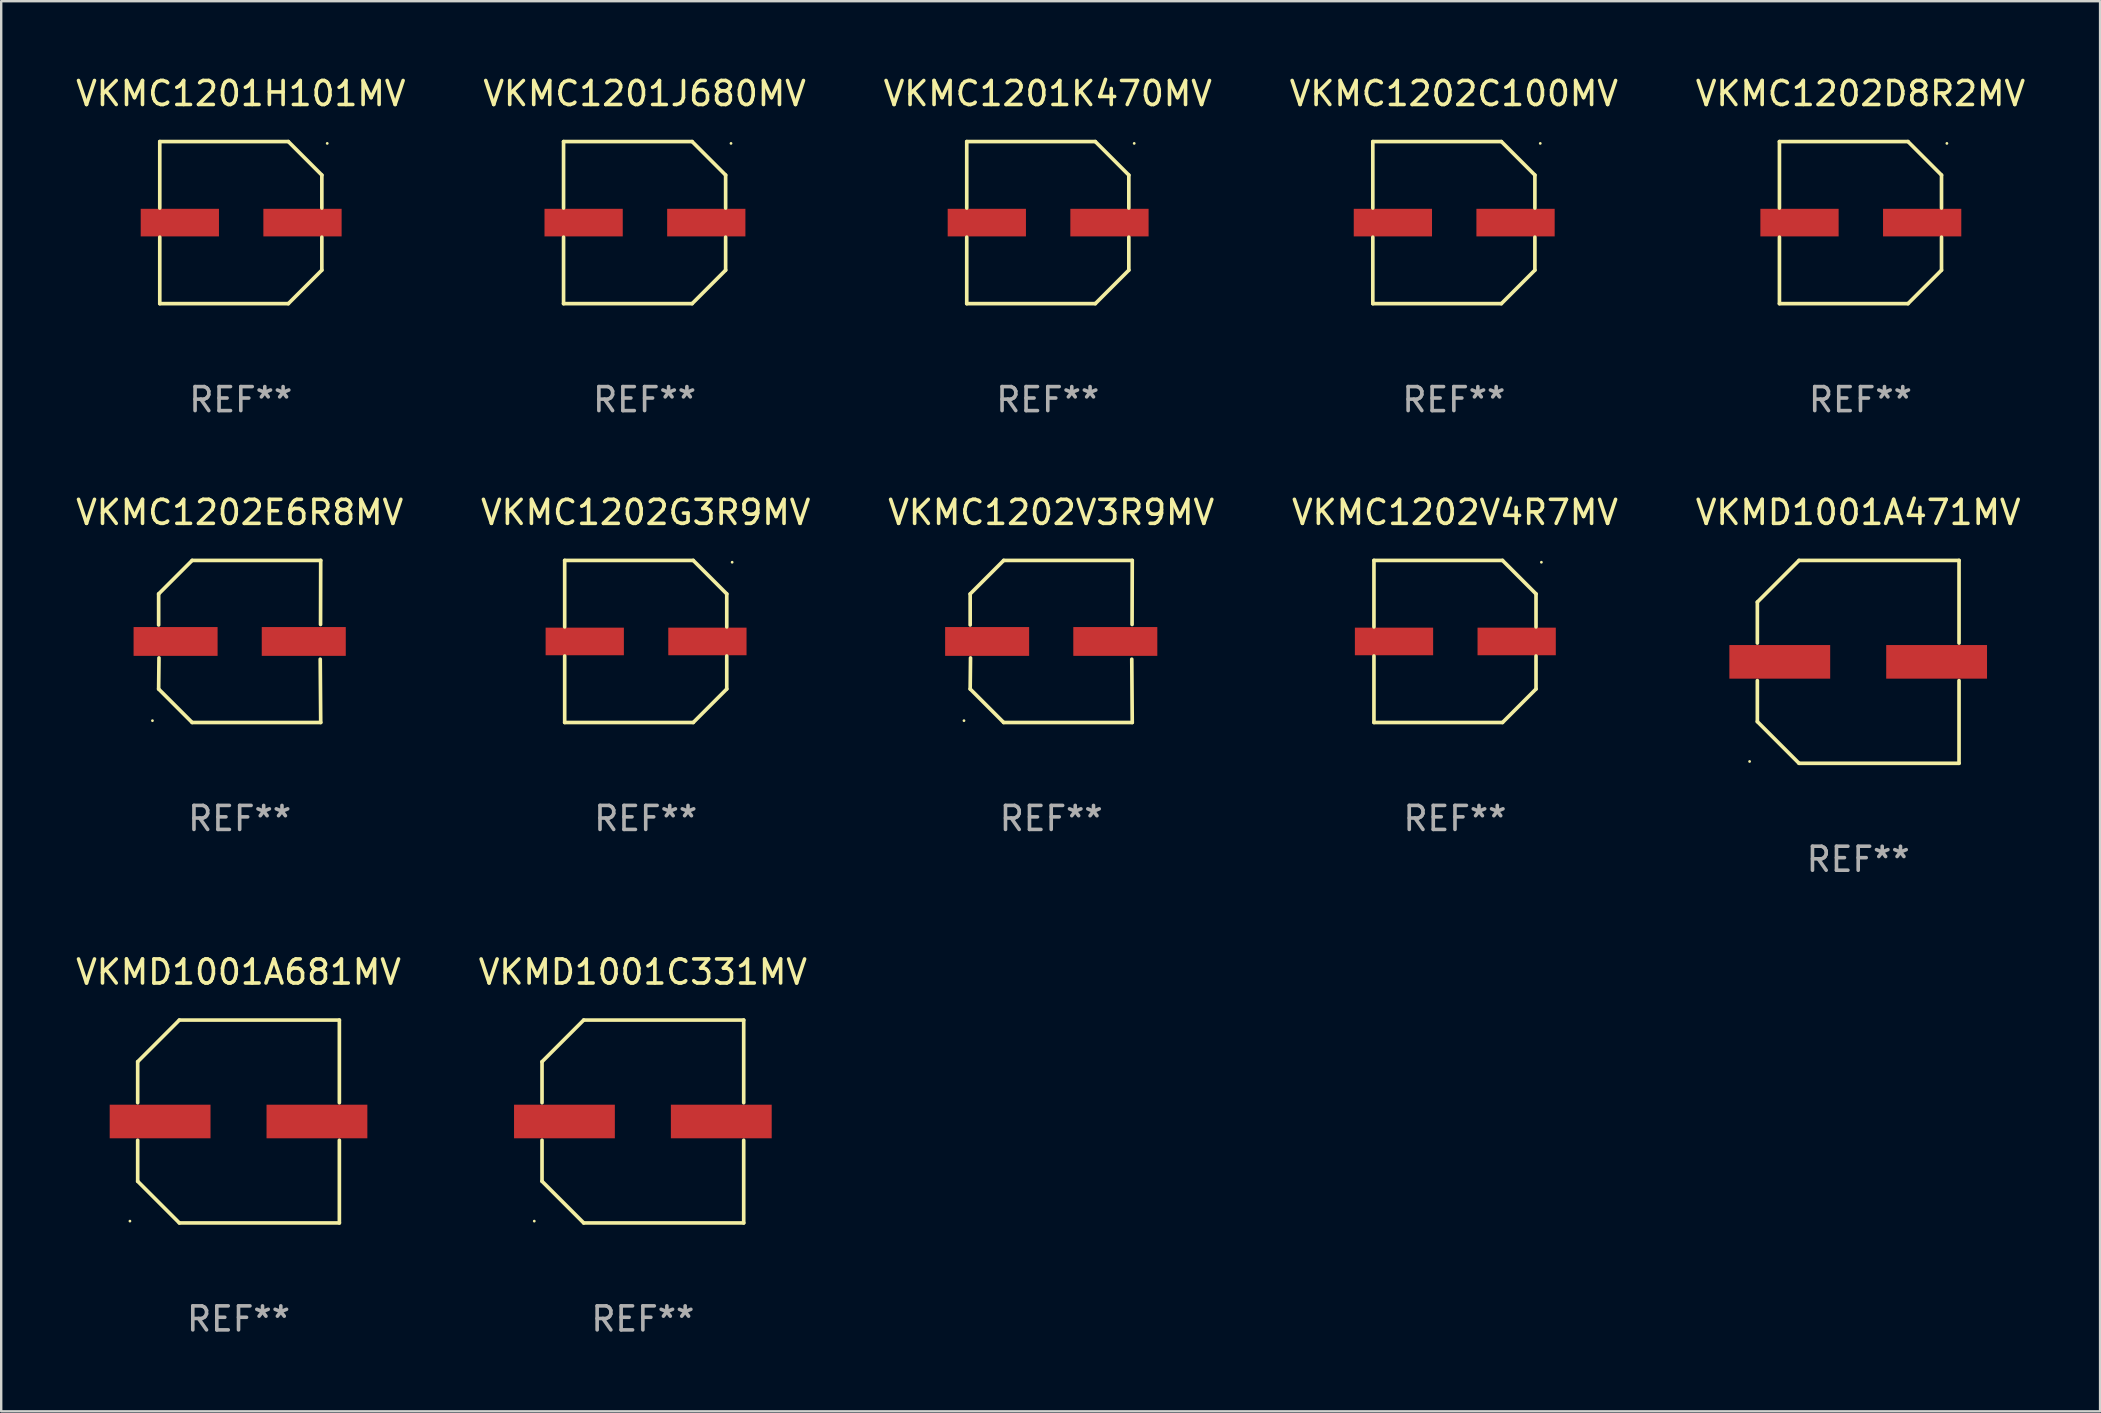
<source format=kicad_pcb>
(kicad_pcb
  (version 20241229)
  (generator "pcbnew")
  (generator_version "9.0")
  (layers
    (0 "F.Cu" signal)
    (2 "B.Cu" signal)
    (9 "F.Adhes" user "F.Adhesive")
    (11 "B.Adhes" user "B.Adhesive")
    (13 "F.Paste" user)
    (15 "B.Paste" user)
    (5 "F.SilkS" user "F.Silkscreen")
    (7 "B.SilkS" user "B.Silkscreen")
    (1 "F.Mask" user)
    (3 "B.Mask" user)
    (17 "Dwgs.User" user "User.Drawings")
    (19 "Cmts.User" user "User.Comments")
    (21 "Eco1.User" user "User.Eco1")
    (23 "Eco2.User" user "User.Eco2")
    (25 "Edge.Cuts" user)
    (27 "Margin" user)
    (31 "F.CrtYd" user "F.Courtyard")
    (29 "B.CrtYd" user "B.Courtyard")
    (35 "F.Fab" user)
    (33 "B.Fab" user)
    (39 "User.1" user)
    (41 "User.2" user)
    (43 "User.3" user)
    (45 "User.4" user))
  (footprint "VKMC1202D8R2MV"
    (layer "F.Cu")
    (at 74.458 6.224)
    (property "Reference" "VKMC1202D8R2MV" (at 0 -5.376 0) (layer "F.SilkS") (effects (font (size 1 1) (thickness 0.15))))
    (attr through_hole)
    (fp_line (start -3.376 -3.376) (end 1.98 -3.376) (stroke (width 0.152) (type solid)) (layer "F.SilkS"))
    (fp_line (start -3.376 -0.607) (end -3.376 -3.376) (stroke (width 0.152) (type solid)) (layer "F.SilkS"))
    (fp_line (start -3.376 0.607) (end -3.376 3.376) (stroke (width 0.152) (type solid)) (layer "F.SilkS"))
    (fp_line (start -3.376 3.376) (end 1.98 3.376) (stroke (width 0.152) (type solid)) (layer "F.SilkS"))
    (fp_line (start 1.98 -3.376) (end 3.376 -1.98) (stroke (width 0.152) (type solid)) (layer "F.SilkS"))
    (fp_line (start 1.98 3.376) (end 3.376 1.98) (stroke (width 0.152) (type solid)) (layer "F.SilkS"))
    (fp_line (start 3.376 -1.98) (end 3.376 -0.607) (stroke (width 0.152) (type solid)) (layer "F.SilkS"))
    (fp_line (start 3.376 1.98) (end 3.376 0.607) (stroke (width 0.152) (type solid)) (layer "F.SilkS"))
    (fp_circle (center 3.6 -3.3) (end 3.63 -3.3) (stroke (width 0.06) (type solid)) (fill no) (layer "F.SilkS"))
    (fp_text user "REF**" (at 0 7.376 0) (layer "F.Fab") (effects (font (size 1 1) (thickness 0.15))))
    (pad "1" smd rect (at 2.57 0 180) (size 3.26 1.15) (layers "F.Cu" "F.Mask" "F.Paste"))
    (pad "2" smd rect (at -2.54 0 180) (size 3.26 1.15) (layers "F.Cu" "F.Mask" "F.Paste")))
  (footprint "VKMC1201H101MV"
    (layer "F.Cu")
    (at 6.982 6.224)
    (property "Reference" "VKMC1201H101MV" (at 0 -5.376 0) (layer "F.SilkS") (effects (font (size 1 1) (thickness 0.15))))
    (attr through_hole)
    (fp_line (start -3.376 -3.376) (end 1.98 -3.376) (stroke (width 0.152) (type solid)) (layer "F.SilkS"))
    (fp_line (start -3.376 -0.607) (end -3.376 -3.376) (stroke (width 0.152) (type solid)) (layer "F.SilkS"))
    (fp_line (start -3.376 0.607) (end -3.376 3.376) (stroke (width 0.152) (type solid)) (layer "F.SilkS"))
    (fp_line (start -3.376 3.376) (end 1.98 3.376) (stroke (width 0.152) (type solid)) (layer "F.SilkS"))
    (fp_line (start 1.98 -3.376) (end 3.376 -1.98) (stroke (width 0.152) (type solid)) (layer "F.SilkS"))
    (fp_line (start 1.98 3.376) (end 3.376 1.98) (stroke (width 0.152) (type solid)) (layer "F.SilkS"))
    (fp_line (start 3.376 -1.98) (end 3.376 -0.607) (stroke (width 0.152) (type solid)) (layer "F.SilkS"))
    (fp_line (start 3.376 1.98) (end 3.376 0.607) (stroke (width 0.152) (type solid)) (layer "F.SilkS"))
    (fp_circle (center 3.6 -3.3) (end 3.63 -3.3) (stroke (width 0.06) (type solid)) (fill no) (layer "F.SilkS"))
    (fp_text user "REF**" (at 0 7.376 0) (layer "F.Fab") (effects (font (size 1 1) (thickness 0.15))))
    (pad "1" smd rect (at 2.57 0 180) (size 3.26 1.15) (layers "F.Cu" "F.Mask" "F.Paste"))
    (pad "2" smd rect (at -2.54 0 180) (size 3.26 1.15) (layers "F.Cu" "F.Mask" "F.Paste")))
  (footprint "VKMC1202V4R7MV"
    (layer "F.Cu")
    (at 57.565 23.673)
    (property "Reference" "VKMC1202V4R7MV" (at 0 -5.376 0) (layer "F.SilkS") (effects (font (size 1 1) (thickness 0.15))))
    (attr through_hole)
    (fp_line (start -3.376 -3.376) (end 1.98 -3.376) (stroke (width 0.152) (type solid)) (layer "F.SilkS"))
    (fp_line (start -3.376 -0.607) (end -3.376 -3.376) (stroke (width 0.152) (type solid)) (layer "F.SilkS"))
    (fp_line (start -3.376 0.607) (end -3.376 3.376) (stroke (width 0.152) (type solid)) (layer "F.SilkS"))
    (fp_line (start -3.376 3.376) (end 1.98 3.376) (stroke (width 0.152) (type solid)) (layer "F.SilkS"))
    (fp_line (start 1.98 -3.376) (end 3.376 -1.98) (stroke (width 0.152) (type solid)) (layer "F.SilkS"))
    (fp_line (start 1.98 3.376) (end 3.376 1.98) (stroke (width 0.152) (type solid)) (layer "F.SilkS"))
    (fp_line (start 3.376 -1.98) (end 3.376 -0.607) (stroke (width 0.152) (type solid)) (layer "F.SilkS"))
    (fp_line (start 3.376 1.98) (end 3.376 0.607) (stroke (width 0.152) (type solid)) (layer "F.SilkS"))
    (fp_circle (center 3.6 -3.3) (end 3.63 -3.3) (stroke (width 0.06) (type solid)) (fill no) (layer "F.SilkS"))
    (fp_text user "REF**" (at 0 7.376 0) (layer "F.Fab") (effects (font (size 1 1) (thickness 0.15))))
    (pad "1" smd rect (at 2.57 0 180) (size 3.26 1.15) (layers "F.Cu" "F.Mask" "F.Paste"))
    (pad "2" smd rect (at -2.54 0 180) (size 3.26 1.15) (layers "F.Cu" "F.Mask" "F.Paste")))
  (footprint "VKMC1201K470MV"
    (layer "F.Cu")
    (at 40.601 6.224)
    (property "Reference" "VKMC1201K470MV" (at 0 -5.376 0) (layer "F.SilkS") (effects (font (size 1 1) (thickness 0.15))))
    (attr through_hole)
    (fp_line (start -3.376 -3.376) (end 1.98 -3.376) (stroke (width 0.152) (type solid)) (layer "F.SilkS"))
    (fp_line (start -3.376 -0.607) (end -3.376 -3.376) (stroke (width 0.152) (type solid)) (layer "F.SilkS"))
    (fp_line (start -3.376 0.607) (end -3.376 3.376) (stroke (width 0.152) (type solid)) (layer "F.SilkS"))
    (fp_line (start -3.376 3.376) (end 1.98 3.376) (stroke (width 0.152) (type solid)) (layer "F.SilkS"))
    (fp_line (start 1.98 -3.376) (end 3.376 -1.98) (stroke (width 0.152) (type solid)) (layer "F.SilkS"))
    (fp_line (start 1.98 3.376) (end 3.376 1.98) (stroke (width 0.152) (type solid)) (layer "F.SilkS"))
    (fp_line (start 3.376 -1.98) (end 3.376 -0.607) (stroke (width 0.152) (type solid)) (layer "F.SilkS"))
    (fp_line (start 3.376 1.98) (end 3.376 0.607) (stroke (width 0.152) (type solid)) (layer "F.SilkS"))
    (fp_circle (center 3.6 -3.3) (end 3.63 -3.3) (stroke (width 0.06) (type solid)) (fill no) (layer "F.SilkS"))
    (fp_text user "REF**" (at 0 7.376 0) (layer "F.Fab") (effects (font (size 1 1) (thickness 0.15))))
    (pad "1" smd rect (at 2.57 0 180) (size 3.26 1.15) (layers "F.Cu" "F.Mask" "F.Paste"))
    (pad "2" smd rect (at -2.54 0 180) (size 3.26 1.15) (layers "F.Cu" "F.Mask" "F.Paste")))
  (footprint "VKMC1202V3R9MV"
    (layer "F.Cu")
    (at 40.744 23.673)
    (property "Reference" "VKMC1202V3R9MV" (at 0 -5.376 0) (layer "F.SilkS") (effects (font (size 1 1) (thickness 0.15))))
    (attr through_hole)
    (fp_line (start -3.376 -1.98) (end -3.376 -0.686) (stroke (width 0.152) (type solid)) (layer "F.SilkS"))
    (fp_line (start -3.376 1.981) (end -3.362 0.686) (stroke (width 0.152) (type solid)) (layer "F.SilkS"))
    (fp_line (start -1.981 3.376) (end -3.376 1.981) (stroke (width 0.152) (type solid)) (layer "F.SilkS"))
    (fp_line (start -1.98 -3.376) (end -3.376 -1.98) (stroke (width 0.152) (type solid)) (layer "F.SilkS"))
    (fp_line (start 3.356 0.74) (end 3.376 3.376) (stroke (width 0.152) (type solid)) (layer "F.SilkS"))
    (fp_line (start 3.369 -0.707) (end 3.376 -3.376) (stroke (width 0.152) (type solid)) (layer "F.SilkS"))
    (fp_line (start 3.376 3.376) (end -1.981 3.376) (stroke (width 0.152) (type solid)) (layer "F.SilkS"))
    (fp_line (start 3.376 -3.376) (end -1.98 -3.376) (stroke (width 0.152) (type solid)) (layer "F.SilkS"))
    (fp_circle (center -3.634 3.3) (end -3.604 3.3) (stroke (width 0.06) (type solid)) (fill no) (layer "F.SilkS"))
    (fp_text user "REF**" (at 0 7.376 0) (layer "F.Fab") (effects (font (size 1 1) (thickness 0.15))))
    (pad "1" smd rect (at -2.67 0.000254) (size 3.5 1.2) (layers "F.Cu" "F.Mask" "F.Paste"))
    (pad "2" smd rect (at 2.67 0.000254) (size 3.5 1.2) (layers "F.Cu" "F.Mask" "F.Paste")))
  (footprint "VKMC1202G3R9MV"
    (layer "F.Cu")
    (at 23.851 23.673)
    (property "Reference" "VKMC1202G3R9MV" (at 0 -5.376 0) (layer "F.SilkS") (effects (font (size 1 1) (thickness 0.15))))
    (attr through_hole)
    (fp_line (start -3.376 -3.376) (end 1.98 -3.376) (stroke (width 0.152) (type solid)) (layer "F.SilkS"))
    (fp_line (start -3.376 -0.607) (end -3.376 -3.376) (stroke (width 0.152) (type solid)) (layer "F.SilkS"))
    (fp_line (start -3.376 0.607) (end -3.376 3.376) (stroke (width 0.152) (type solid)) (layer "F.SilkS"))
    (fp_line (start -3.376 3.376) (end 1.98 3.376) (stroke (width 0.152) (type solid)) (layer "F.SilkS"))
    (fp_line (start 1.98 -3.376) (end 3.376 -1.98) (stroke (width 0.152) (type solid)) (layer "F.SilkS"))
    (fp_line (start 1.98 3.376) (end 3.376 1.98) (stroke (width 0.152) (type solid)) (layer "F.SilkS"))
    (fp_line (start 3.376 -1.98) (end 3.376 -0.607) (stroke (width 0.152) (type solid)) (layer "F.SilkS"))
    (fp_line (start 3.376 1.98) (end 3.376 0.607) (stroke (width 0.152) (type solid)) (layer "F.SilkS"))
    (fp_circle (center 3.6 -3.3) (end 3.63 -3.3) (stroke (width 0.06) (type solid)) (fill no) (layer "F.SilkS"))
    (fp_text user "REF**" (at 0 7.376 0) (layer "F.Fab") (effects (font (size 1 1) (thickness 0.15))))
    (pad "1" smd rect (at 2.57 0 180) (size 3.26 1.15) (layers "F.Cu" "F.Mask" "F.Paste"))
    (pad "2" smd rect (at -2.54 0 180) (size 3.26 1.15) (layers "F.Cu" "F.Mask" "F.Paste")))
  (footprint "VKMD1001C331MV"
    (layer "F.Cu")
    (at 23.732 43.672)
    (property "Reference" "VKMD1001C331MV" (at 0 -6.226 0) (layer "F.SilkS") (effects (font (size 1 1) (thickness 0.15))))
    (attr through_hole)
    (fp_line (start -4.201 -2.49) (end -4.201 -0.782) (stroke (width 0.152) (type solid)) (layer "F.SilkS"))
    (fp_line (start -4.201 2.49) (end -4.201 0.782) (stroke (width 0.152) (type solid)) (layer "F.SilkS"))
    (fp_line (start -2.465 -4.226) (end -4.201 -2.49) (stroke (width 0.152) (type solid)) (layer "F.SilkS"))
    (fp_line (start -2.465 4.226) (end -4.201 2.49) (stroke (width 0.152) (type solid)) (layer "F.SilkS"))
    (fp_line (start 4.201 -4.226) (end -2.465 -4.226) (stroke (width 0.152) (type solid)) (layer "F.SilkS"))
    (fp_line (start 4.201 -0.782) (end 4.201 -4.226) (stroke (width 0.152) (type solid)) (layer "F.SilkS"))
    (fp_line (start 4.201 0.782) (end 4.201 4.226) (stroke (width 0.152) (type solid)) (layer "F.SilkS"))
    (fp_line (start 4.201 4.226) (end -2.465 4.226) (stroke (width 0.152) (type solid)) (layer "F.SilkS"))
    (fp_circle (center -4.524 4.15) (end -4.494 4.15) (stroke (width 0.06) (type solid)) (fill no) (layer "F.SilkS"))
    (fp_text user "REF**" (at 0 8.226 0) (layer "F.Fab") (effects (font (size 1 1) (thickness 0.15))))
    (pad "1" smd rect (at -3.267 0) (size 4.2 1.4) (layers "F.Cu" "F.Mask" "F.Paste"))
    (pad "2" smd rect (at 3.267 0) (size 4.2 1.4) (layers "F.Cu" "F.Mask" "F.Paste")))
  (footprint "VKMC1202E6R8MV"
    (layer "F.Cu")
    (at 6.935 23.673)
    (property "Reference" "VKMC1202E6R8MV" (at 0 -5.376 0) (layer "F.SilkS") (effects (font (size 1 1) (thickness 0.15))))
    (attr through_hole)
    (fp_line (start -3.376 -1.98) (end -3.376 -0.686) (stroke (width 0.152) (type solid)) (layer "F.SilkS"))
    (fp_line (start -3.376 1.981) (end -3.362 0.686) (stroke (width 0.152) (type solid)) (layer "F.SilkS"))
    (fp_line (start -1.981 3.376) (end -3.376 1.981) (stroke (width 0.152) (type solid)) (layer "F.SilkS"))
    (fp_line (start -1.98 -3.376) (end -3.376 -1.98) (stroke (width 0.152) (type solid)) (layer "F.SilkS"))
    (fp_line (start 3.356 0.74) (end 3.376 3.376) (stroke (width 0.152) (type solid)) (layer "F.SilkS"))
    (fp_line (start 3.369 -0.707) (end 3.376 -3.376) (stroke (width 0.152) (type solid)) (layer "F.SilkS"))
    (fp_line (start 3.376 3.376) (end -1.981 3.376) (stroke (width 0.152) (type solid)) (layer "F.SilkS"))
    (fp_line (start 3.376 -3.376) (end -1.98 -3.376) (stroke (width 0.152) (type solid)) (layer "F.SilkS"))
    (fp_circle (center -3.634 3.3) (end -3.604 3.3) (stroke (width 0.06) (type solid)) (fill no) (layer "F.SilkS"))
    (fp_text user "REF**" (at 0 7.376 0) (layer "F.Fab") (effects (font (size 1 1) (thickness 0.15))))
    (pad "1" smd rect (at -2.67 0.000254) (size 3.5 1.2) (layers "F.Cu" "F.Mask" "F.Paste"))
    (pad "2" smd rect (at 2.67 0.000254) (size 3.5 1.2) (layers "F.Cu" "F.Mask" "F.Paste")))
  (footprint "VKMD1001A471MV"
    (layer "F.Cu")
    (at 74.363 24.523)
    (property "Reference" "VKMD1001A471MV" (at 0 -6.226 0) (layer "F.SilkS") (effects (font (size 1 1) (thickness 0.15))))
    (attr through_hole)
    (fp_line (start -4.201 -2.49) (end -4.201 -0.782) (stroke (width 0.152) (type solid)) (layer "F.SilkS"))
    (fp_line (start -4.201 2.49) (end -4.201 0.782) (stroke (width 0.152) (type solid)) (layer "F.SilkS"))
    (fp_line (start -2.465 -4.226) (end -4.201 -2.49) (stroke (width 0.152) (type solid)) (layer "F.SilkS"))
    (fp_line (start -2.465 4.226) (end -4.201 2.49) (stroke (width 0.152) (type solid)) (layer "F.SilkS"))
    (fp_line (start 4.201 -4.226) (end -2.465 -4.226) (stroke (width 0.152) (type solid)) (layer "F.SilkS"))
    (fp_line (start 4.201 -0.782) (end 4.201 -4.226) (stroke (width 0.152) (type solid)) (layer "F.SilkS"))
    (fp_line (start 4.201 0.782) (end 4.201 4.226) (stroke (width 0.152) (type solid)) (layer "F.SilkS"))
    (fp_line (start 4.201 4.226) (end -2.465 4.226) (stroke (width 0.152) (type solid)) (layer "F.SilkS"))
    (fp_circle (center -4.524 4.15) (end -4.494 4.15) (stroke (width 0.06) (type solid)) (fill no) (layer "F.SilkS"))
    (fp_text user "REF**" (at 0 8.226 0) (layer "F.Fab") (effects (font (size 1 1) (thickness 0.15))))
    (pad "1" smd rect (at -3.267 0) (size 4.2 1.4) (layers "F.Cu" "F.Mask" "F.Paste"))
    (pad "2" smd rect (at 3.267 0) (size 4.2 1.4) (layers "F.Cu" "F.Mask" "F.Paste")))
  (footprint "VKMC1202C100MV"
    (layer "F.Cu")
    (at 57.518 6.224)
    (property "Reference" "VKMC1202C100MV" (at 0 -5.376 0) (layer "F.SilkS") (effects (font (size 1 1) (thickness 0.15))))
    (attr through_hole)
    (fp_line (start -3.376 -3.376) (end 1.98 -3.376) (stroke (width 0.152) (type solid)) (layer "F.SilkS"))
    (fp_line (start -3.376 -0.607) (end -3.376 -3.376) (stroke (width 0.152) (type solid)) (layer "F.SilkS"))
    (fp_line (start -3.376 0.607) (end -3.376 3.376) (stroke (width 0.152) (type solid)) (layer "F.SilkS"))
    (fp_line (start -3.376 3.376) (end 1.98 3.376) (stroke (width 0.152) (type solid)) (layer "F.SilkS"))
    (fp_line (start 1.98 -3.376) (end 3.376 -1.98) (stroke (width 0.152) (type solid)) (layer "F.SilkS"))
    (fp_line (start 1.98 3.376) (end 3.376 1.98) (stroke (width 0.152) (type solid)) (layer "F.SilkS"))
    (fp_line (start 3.376 -1.98) (end 3.376 -0.607) (stroke (width 0.152) (type solid)) (layer "F.SilkS"))
    (fp_line (start 3.376 1.98) (end 3.376 0.607) (stroke (width 0.152) (type solid)) (layer "F.SilkS"))
    (fp_circle (center 3.6 -3.3) (end 3.63 -3.3) (stroke (width 0.06) (type solid)) (fill no) (layer "F.SilkS"))
    (fp_text user "REF**" (at 0 7.376 0) (layer "F.Fab") (effects (font (size 1 1) (thickness 0.15))))
    (pad "1" smd rect (at 2.57 0 180) (size 3.26 1.15) (layers "F.Cu" "F.Mask" "F.Paste"))
    (pad "2" smd rect (at -2.54 0 180) (size 3.26 1.15) (layers "F.Cu" "F.Mask" "F.Paste")))
  (footprint "VKMD1001A681MV"
    (layer "F.Cu")
    (at 6.887 43.672)
    (property "Reference" "VKMD1001A681MV" (at 0 -6.226 0) (layer "F.SilkS") (effects (font (size 1 1) (thickness 0.15))))
    (attr through_hole)
    (fp_line (start -4.201 -2.49) (end -4.201 -0.782) (stroke (width 0.152) (type solid)) (layer "F.SilkS"))
    (fp_line (start -4.201 2.49) (end -4.201 0.782) (stroke (width 0.152) (type solid)) (layer "F.SilkS"))
    (fp_line (start -2.465 -4.226) (end -4.201 -2.49) (stroke (width 0.152) (type solid)) (layer "F.SilkS"))
    (fp_line (start -2.465 4.226) (end -4.201 2.49) (stroke (width 0.152) (type solid)) (layer "F.SilkS"))
    (fp_line (start 4.201 -4.226) (end -2.465 -4.226) (stroke (width 0.152) (type solid)) (layer "F.SilkS"))
    (fp_line (start 4.201 -0.782) (end 4.201 -4.226) (stroke (width 0.152) (type solid)) (layer "F.SilkS"))
    (fp_line (start 4.201 0.782) (end 4.201 4.226) (stroke (width 0.152) (type solid)) (layer "F.SilkS"))
    (fp_line (start 4.201 4.226) (end -2.465 4.226) (stroke (width 0.152) (type solid)) (layer "F.SilkS"))
    (fp_circle (center -4.524 4.15) (end -4.494 4.15) (stroke (width 0.06) (type solid)) (fill no) (layer "F.SilkS"))
    (fp_text user "REF**" (at 0 8.226 0) (layer "F.Fab") (effects (font (size 1 1) (thickness 0.15))))
    (pad "1" smd rect (at -3.267 0) (size 4.2 1.4) (layers "F.Cu" "F.Mask" "F.Paste"))
    (pad "2" smd rect (at 3.267 0) (size 4.2 1.4) (layers "F.Cu" "F.Mask" "F.Paste")))
  (footprint "VKMC1201J680MV"
    (layer "F.Cu")
    (at 23.804 6.224)
    (property "Reference" "VKMC1201J680MV" (at 0 -5.376 0) (layer "F.SilkS") (effects (font (size 1 1) (thickness 0.15))))
    (attr through_hole)
    (fp_line (start -3.376 -3.376) (end 1.98 -3.376) (stroke (width 0.152) (type solid)) (layer "F.SilkS"))
    (fp_line (start -3.376 -0.607) (end -3.376 -3.376) (stroke (width 0.152) (type solid)) (layer "F.SilkS"))
    (fp_line (start -3.376 0.607) (end -3.376 3.376) (stroke (width 0.152) (type solid)) (layer "F.SilkS"))
    (fp_line (start -3.376 3.376) (end 1.98 3.376) (stroke (width 0.152) (type solid)) (layer "F.SilkS"))
    (fp_line (start 1.98 -3.376) (end 3.376 -1.98) (stroke (width 0.152) (type solid)) (layer "F.SilkS"))
    (fp_line (start 1.98 3.376) (end 3.376 1.98) (stroke (width 0.152) (type solid)) (layer "F.SilkS"))
    (fp_line (start 3.376 -1.98) (end 3.376 -0.607) (stroke (width 0.152) (type solid)) (layer "F.SilkS"))
    (fp_line (start 3.376 1.98) (end 3.376 0.607) (stroke (width 0.152) (type solid)) (layer "F.SilkS"))
    (fp_circle (center 3.6 -3.3) (end 3.63 -3.3) (stroke (width 0.06) (type solid)) (fill no) (layer "F.SilkS"))
    (fp_text user "REF**" (at 0 7.376 0) (layer "F.Fab") (effects (font (size 1 1) (thickness 0.15))))
    (pad "1" smd rect (at 2.57 0 180) (size 3.26 1.15) (layers "F.Cu" "F.Mask" "F.Paste"))
    (pad "2" smd rect (at -2.54 0 180) (size 3.26 1.15) (layers "F.Cu" "F.Mask" "F.Paste")))
  (gr_rect
    (start -3 -3)
    (end 84.44 55.747)
    (stroke (width 0.1) (type default))
    (fill no)
    (layer "Edge.Cuts")))
</source>
